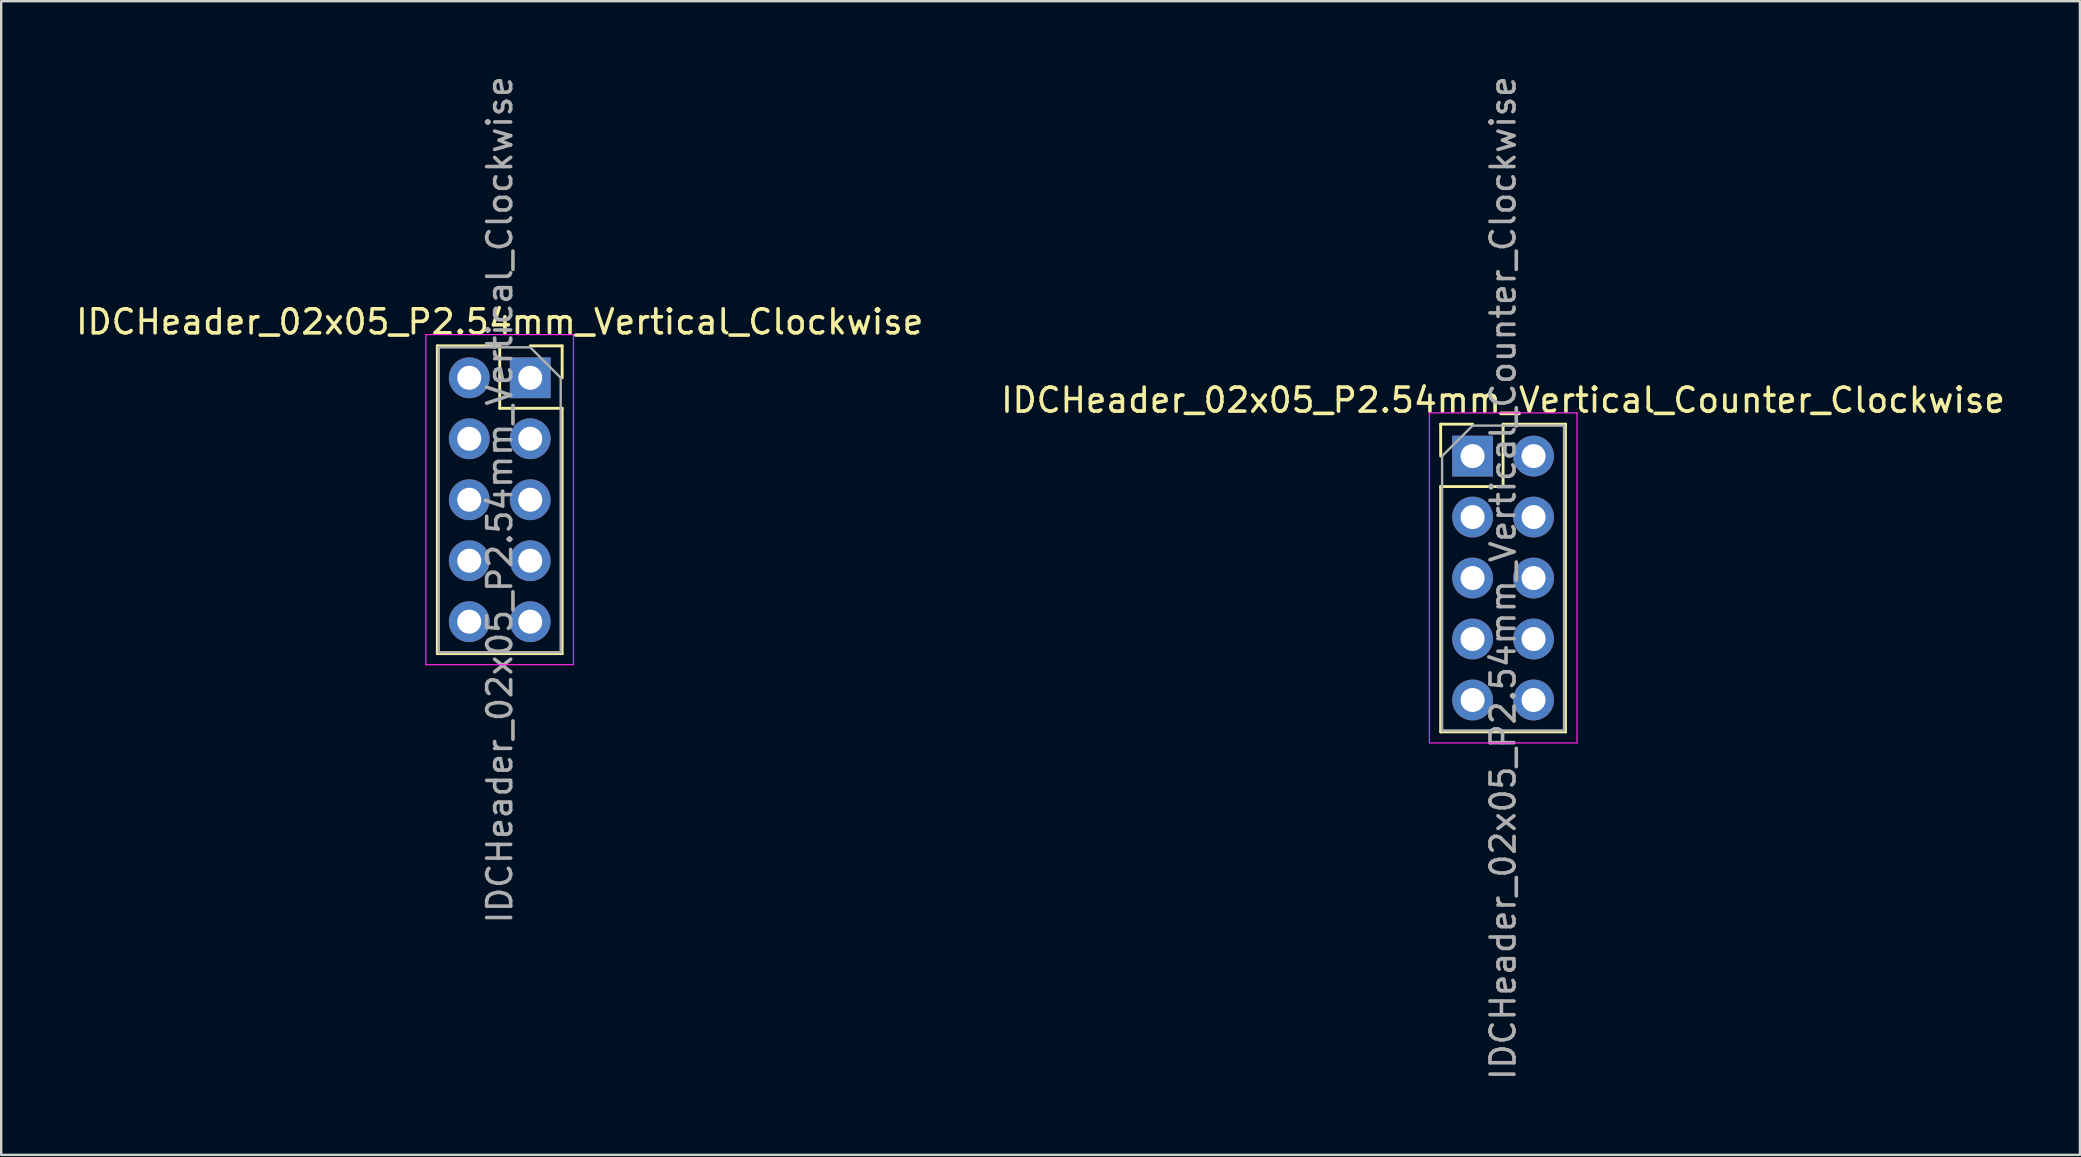
<source format=kicad_pcb>
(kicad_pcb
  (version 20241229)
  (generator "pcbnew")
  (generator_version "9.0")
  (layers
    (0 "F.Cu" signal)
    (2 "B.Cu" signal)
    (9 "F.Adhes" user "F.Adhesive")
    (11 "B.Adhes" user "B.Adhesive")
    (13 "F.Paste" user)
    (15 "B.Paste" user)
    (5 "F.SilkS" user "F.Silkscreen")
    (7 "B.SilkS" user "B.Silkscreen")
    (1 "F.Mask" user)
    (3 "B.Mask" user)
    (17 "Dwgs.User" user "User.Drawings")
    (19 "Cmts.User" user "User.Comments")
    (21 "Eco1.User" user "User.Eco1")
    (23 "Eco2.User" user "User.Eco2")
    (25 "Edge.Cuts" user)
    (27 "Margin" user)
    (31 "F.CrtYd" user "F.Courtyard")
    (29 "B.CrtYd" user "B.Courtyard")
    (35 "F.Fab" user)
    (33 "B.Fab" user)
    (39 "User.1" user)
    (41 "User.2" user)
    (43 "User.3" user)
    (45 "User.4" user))
  (footprint "IDCHeader_02x05_P2.54mm_Vertical_Clockwise"
    (layer "F.Cu")
    (at 16.498 12.688)
    (property "Reference" "IDCHeader_02x05_P2.54mm_Vertical_Clockwise" (at 1.27 -2.33 0) (layer "F.SilkS") (effects (font (size 1 1) (thickness 0.15))))
    (attr through_hole)
    (fp_line (start -1.33 -1.33) (end -1.33 11.49) (stroke (width 0.12) (type solid)) (layer "F.SilkS"))
    (fp_line (start 1.27 -1.33) (end -1.33 -1.33) (stroke (width 0.12) (type solid)) (layer "F.SilkS"))
    (fp_line (start 1.27 1.27) (end 1.27 -1.33) (stroke (width 0.12) (type solid)) (layer "F.SilkS"))
    (fp_line (start 3.87 -1.33) (end 2.54 -1.33) (stroke (width 0.12) (type solid)) (layer "F.SilkS"))
    (fp_line (start 3.87 0) (end 3.87 -1.33) (stroke (width 0.12) (type solid)) (layer "F.SilkS"))
    (fp_line (start 3.87 1.27) (end 1.27 1.27) (stroke (width 0.12) (type solid)) (layer "F.SilkS"))
    (fp_line (start 3.87 1.27) (end 3.87 11.49) (stroke (width 0.12) (type solid)) (layer "F.SilkS"))
    (fp_line (start 3.87 11.49) (end -1.33 11.49) (stroke (width 0.12) (type solid)) (layer "F.SilkS"))
    (fp_line (start -1.81 -1.8) (end 4.34 -1.8) (stroke (width 0.05) (type solid)) (layer "F.CrtYd"))
    (fp_line (start -1.81 11.95) (end -1.81 -1.8) (stroke (width 0.05) (type solid)) (layer "F.CrtYd"))
    (fp_line (start 4.34 -1.8) (end 4.34 11.95) (stroke (width 0.05) (type solid)) (layer "F.CrtYd"))
    (fp_line (start 4.34 11.95) (end -1.81 11.95) (stroke (width 0.05) (type solid)) (layer "F.CrtYd"))
    (fp_line (start -1.27 -1.27) (end -1.27 11.43) (stroke (width 0.1) (type solid)) (layer "F.Fab"))
    (fp_line (start -1.27 11.43) (end 3.81 11.43) (stroke (width 0.1) (type solid)) (layer "F.Fab"))
    (fp_line (start 2.54 -1.27) (end -1.27 -1.27) (stroke (width 0.1) (type solid)) (layer "F.Fab"))
    (fp_line (start 3.81 0) (end 2.54 -1.27) (stroke (width 0.1) (type solid)) (layer "F.Fab"))
    (fp_line (start 3.81 11.43) (end 3.81 0) (stroke (width 0.1) (type solid)) (layer "F.Fab"))
    (fp_text user "${REFERENCE}" (at 1.27 5.08 90) (layer "F.Fab") (effects (font (size 1 1) (thickness 0.15))))
    (pad "1" thru_hole rect (at 2.54 0) (size 1.7 1.7) (drill 1) (layers "*.Cu" "*.Mask"))
    (pad "2" thru_hole oval (at 2.54 2.54) (size 1.7 1.7) (drill 1) (layers "*.Cu" "*.Mask"))
    (pad "3" thru_hole oval (at 2.54 5.08) (size 1.7 1.7) (drill 1) (layers "*.Cu" "*.Mask"))
    (pad "4" thru_hole oval (at 2.54 7.62) (size 1.7 1.7) (drill 1) (layers "*.Cu" "*.Mask"))
    (pad "5" thru_hole oval (at 2.54 10.16) (size 1.7 1.7) (drill 1) (layers "*.Cu" "*.Mask"))
    (pad "6" thru_hole oval (at 0 10.16) (size 1.7 1.7) (drill 1) (layers "*.Cu" "*.Mask"))
    (pad "7" thru_hole oval (at 0 7.62) (size 1.7 1.7) (drill 1) (layers "*.Cu" "*.Mask"))
    (pad "8" thru_hole oval (at 0 5.08) (size 1.7 1.7) (drill 1) (layers "*.Cu" "*.Mask"))
    (pad "9" thru_hole oval (at 0 2.54) (size 1.7 1.7) (drill 1) (layers "*.Cu" "*.Mask"))
    (pad "10" thru_hole oval (at 0 0) (size 1.7 1.7) (drill 1) (layers "*.Cu" "*.Mask")))
  (footprint "IDCHeader_02x05_P2.54mm_Vertical_Counter_Clockwise"
    (layer "F.Cu")
    (at 58.295 15.95)
    (property "Reference" "IDCHeader_02x05_P2.54mm_Vertical_Counter_Clockwise" (at 1.27 -2.33 0) (layer "F.SilkS") (effects (font (size 1 1) (thickness 0.15))))
    (attr through_hole)
    (fp_line (start -1.33 -1.33) (end 0 -1.33) (stroke (width 0.12) (type solid)) (layer "F.SilkS"))
    (fp_line (start -1.33 0) (end -1.33 -1.33) (stroke (width 0.12) (type solid)) (layer "F.SilkS"))
    (fp_line (start -1.33 1.27) (end -1.33 11.49) (stroke (width 0.12) (type solid)) (layer "F.SilkS"))
    (fp_line (start -1.33 1.27) (end 1.27 1.27) (stroke (width 0.12) (type solid)) (layer "F.SilkS"))
    (fp_line (start -1.33 11.49) (end 3.87 11.49) (stroke (width 0.12) (type solid)) (layer "F.SilkS"))
    (fp_line (start 1.27 -1.33) (end 3.87 -1.33) (stroke (width 0.12) (type solid)) (layer "F.SilkS"))
    (fp_line (start 1.27 1.27) (end 1.27 -1.33) (stroke (width 0.12) (type solid)) (layer "F.SilkS"))
    (fp_line (start 3.87 -1.33) (end 3.87 11.49) (stroke (width 0.12) (type solid)) (layer "F.SilkS"))
    (fp_line (start -1.8 -1.8) (end -1.8 11.95) (stroke (width 0.05) (type solid)) (layer "F.CrtYd"))
    (fp_line (start -1.8 11.95) (end 4.35 11.95) (stroke (width 0.05) (type solid)) (layer "F.CrtYd"))
    (fp_line (start 4.35 -1.8) (end -1.8 -1.8) (stroke (width 0.05) (type solid)) (layer "F.CrtYd"))
    (fp_line (start 4.35 11.95) (end 4.35 -1.8) (stroke (width 0.05) (type solid)) (layer "F.CrtYd"))
    (fp_line (start -1.27 0) (end 0 -1.27) (stroke (width 0.1) (type solid)) (layer "F.Fab"))
    (fp_line (start -1.27 11.43) (end -1.27 0) (stroke (width 0.1) (type solid)) (layer "F.Fab"))
    (fp_line (start 0 -1.27) (end 3.81 -1.27) (stroke (width 0.1) (type solid)) (layer "F.Fab"))
    (fp_line (start 3.81 -1.27) (end 3.81 11.43) (stroke (width 0.1) (type solid)) (layer "F.Fab"))
    (fp_line (start 3.81 11.43) (end -1.27 11.43) (stroke (width 0.1) (type solid)) (layer "F.Fab"))
    (fp_text user "${REFERENCE}" (at 1.27 5.08 90) (layer "F.Fab") (effects (font (size 1 1) (thickness 0.15))))
    (pad "1" thru_hole rect (at 0 0) (size 1.7 1.7) (drill 1) (layers "*.Cu" "*.Mask"))
    (pad "2" thru_hole oval (at 0 2.54) (size 1.7 1.7) (drill 1) (layers "*.Cu" "*.Mask"))
    (pad "3" thru_hole oval (at 0 5.08) (size 1.7 1.7) (drill 1) (layers "*.Cu" "*.Mask"))
    (pad "4" thru_hole oval (at 0 7.62) (size 1.7 1.7) (drill 1) (layers "*.Cu" "*.Mask"))
    (pad "5" thru_hole oval (at 0 10.16) (size 1.7 1.7) (drill 1) (layers "*.Cu" "*.Mask"))
    (pad "6" thru_hole oval (at 2.54 10.16) (size 1.7 1.7) (drill 1) (layers "*.Cu" "*.Mask"))
    (pad "7" thru_hole oval (at 2.54 7.62) (size 1.7 1.7) (drill 1) (layers "*.Cu" "*.Mask"))
    (pad "8" thru_hole oval (at 2.54 5.08) (size 1.7 1.7) (drill 1) (layers "*.Cu" "*.Mask"))
    (pad "9" thru_hole oval (at 2.54 2.54) (size 1.7 1.7) (drill 1) (layers "*.Cu" "*.Mask"))
    (pad "10" thru_hole oval (at 2.54 0) (size 1.7 1.7) (drill 1) (layers "*.Cu" "*.Mask")))
  (gr_rect
    (start -3 -3)
    (end 83.595 45.06)
    (stroke (width 0.1) (type default))
    (fill no)
    (layer "Edge.Cuts")))
</source>
